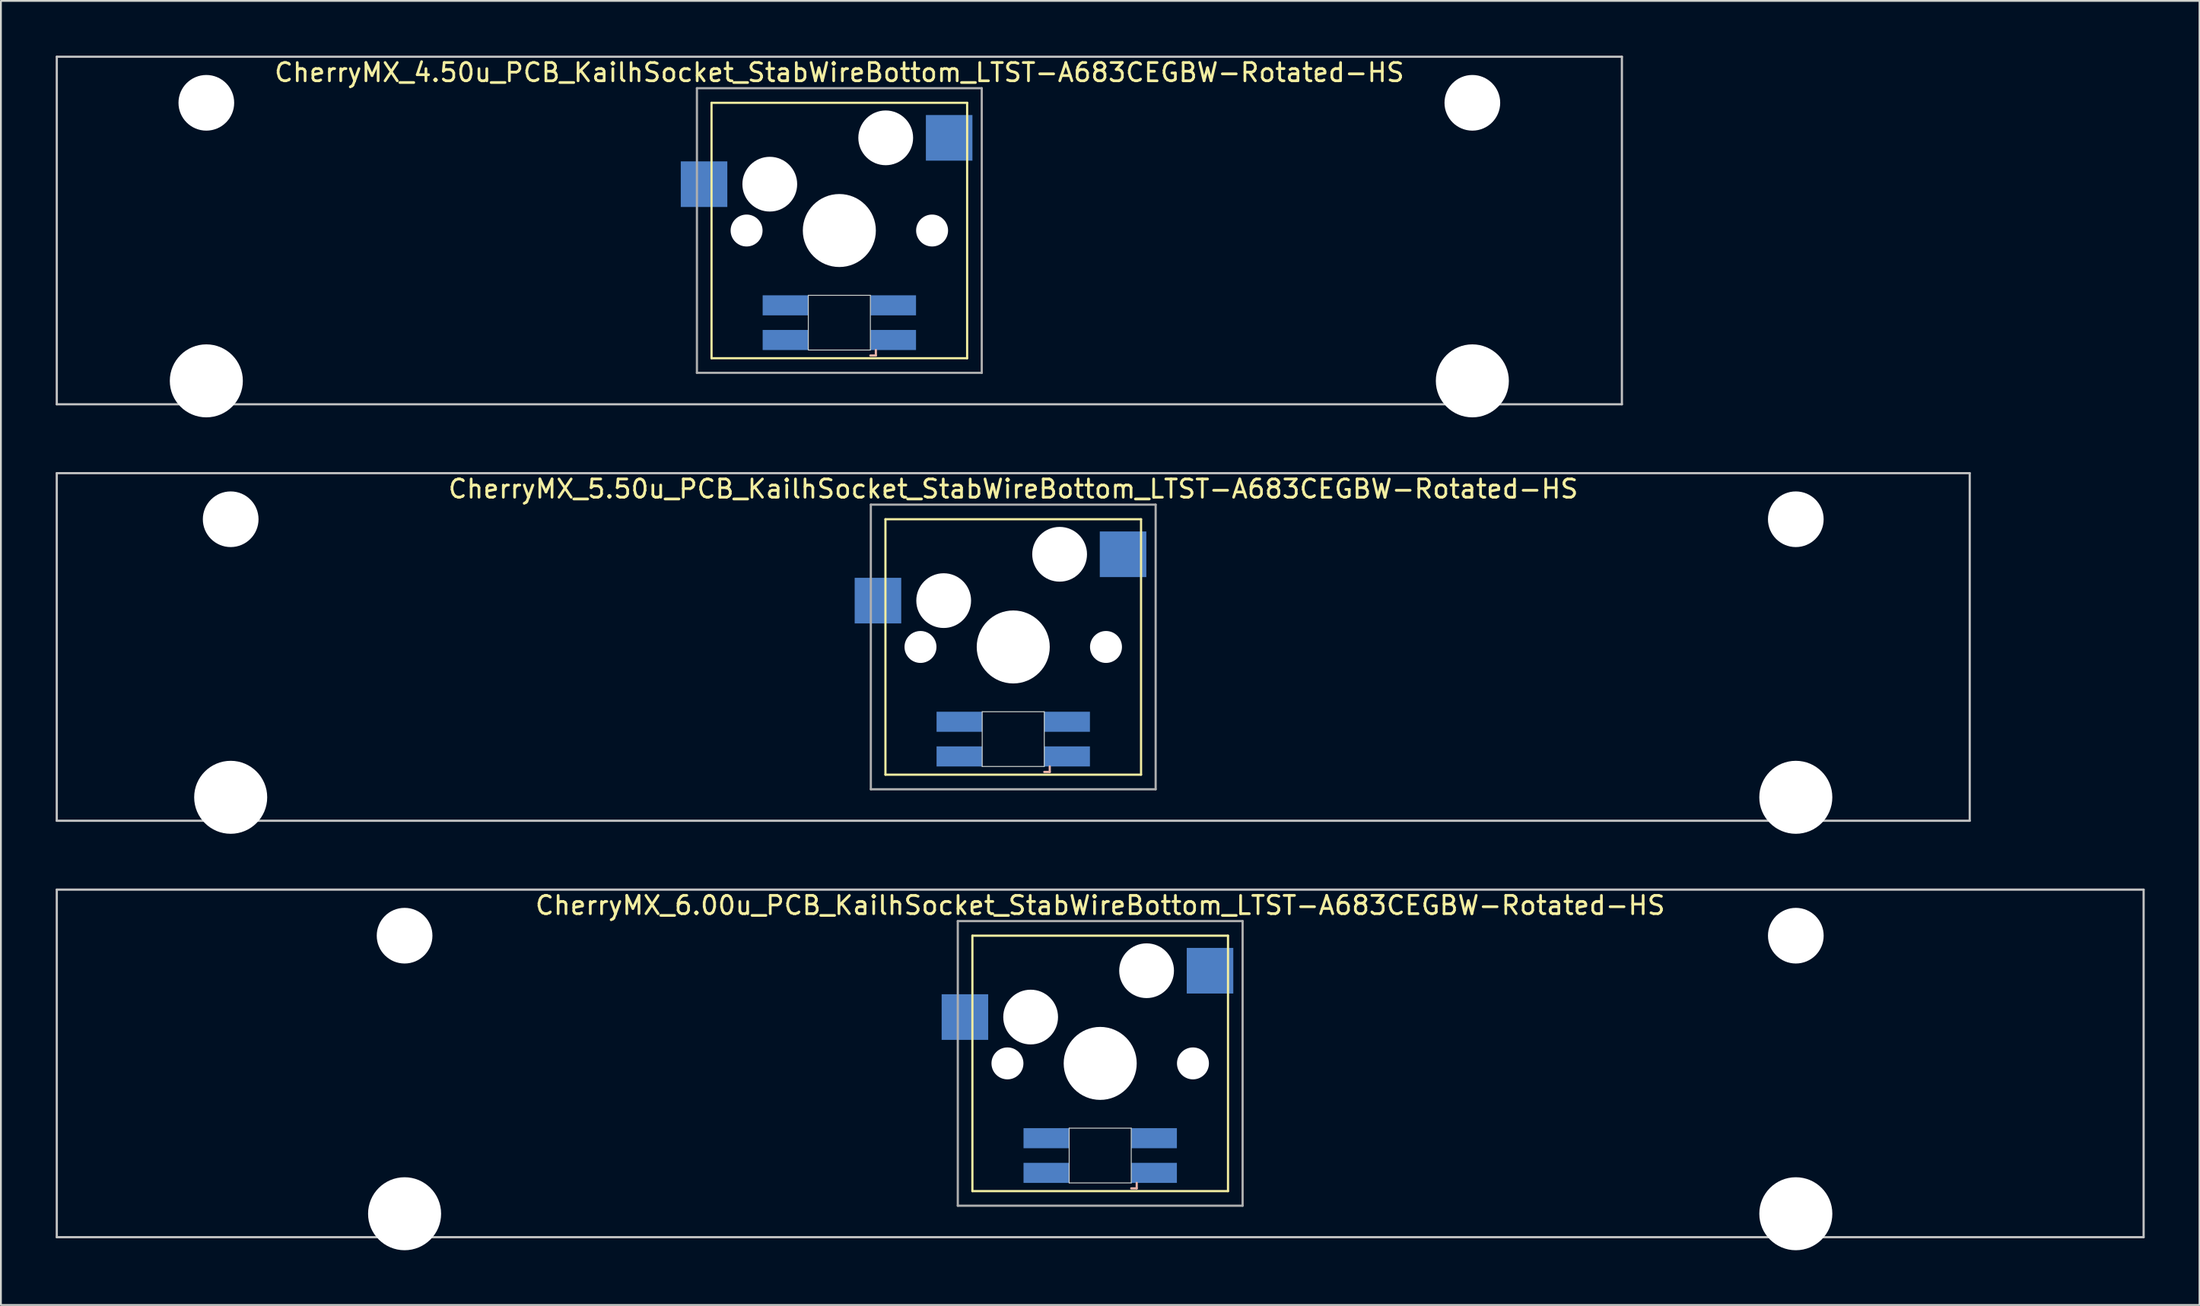
<source format=kicad_pcb>
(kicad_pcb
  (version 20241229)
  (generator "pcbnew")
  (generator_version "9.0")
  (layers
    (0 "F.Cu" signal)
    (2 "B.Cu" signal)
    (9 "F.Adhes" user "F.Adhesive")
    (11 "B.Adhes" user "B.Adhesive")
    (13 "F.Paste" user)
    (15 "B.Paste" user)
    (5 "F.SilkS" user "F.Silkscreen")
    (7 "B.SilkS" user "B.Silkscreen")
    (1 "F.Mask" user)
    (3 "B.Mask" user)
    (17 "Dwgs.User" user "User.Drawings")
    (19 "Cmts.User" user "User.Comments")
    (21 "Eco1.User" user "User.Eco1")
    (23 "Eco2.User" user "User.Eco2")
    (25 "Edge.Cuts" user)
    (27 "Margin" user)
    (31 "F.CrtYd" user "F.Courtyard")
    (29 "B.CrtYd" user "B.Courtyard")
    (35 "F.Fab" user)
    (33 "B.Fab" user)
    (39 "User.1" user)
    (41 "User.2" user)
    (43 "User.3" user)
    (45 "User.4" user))
  (footprint "CherryMX_5.50u_PCB_KailhSocket_StabWireBottom_LTST-A683CEGBW-Rotated-HS"
    (layer "F.Cu")
    (at 52.447 32.41)
    (property "Reference" "CherryMX_5.50u_PCB_KailhSocket_StabWireBottom_LTST-A683CEGBW-Rotated-HS" (at 0 -8.662 0) (layer "F.SilkS") (effects (font (size 1 1) (thickness 0.15))))
    (attr through_hole)
    (fp_line (start -7 -7) (end -7 7) (stroke (width 0.12) (type solid)) (layer "F.SilkS"))
    (fp_line (start -7 -7) (end 7 -7) (stroke (width 0.12) (type solid)) (layer "F.SilkS"))
    (fp_line (start 7 -7) (end 7 7) (stroke (width 0.12) (type solid)) (layer "F.SilkS"))
    (fp_line (start 7 7) (end -7 7) (stroke (width 0.12) (type solid)) (layer "F.SilkS"))
    (fp_line (start 1.7 6.85) (end 2 6.85) (stroke (width 0.12) (type solid)) (layer "B.SilkS"))
    (fp_line (start 2 6.85) (end 2 6.55) (stroke (width 0.12) (type solid)) (layer "B.SilkS"))
    (fp_line (start -52.388 -9.525) (end 52.388 -9.525) (stroke (width 0.12) (type solid)) (layer "Dwgs.User"))
    (fp_line (start -52.388 9.525) (end -52.388 -9.525) (stroke (width 0.12) (type solid)) (layer "Dwgs.User"))
    (fp_line (start 52.388 -9.525) (end 52.388 9.525) (stroke (width 0.12) (type solid)) (layer "Dwgs.User"))
    (fp_line (start 52.388 9.525) (end -52.388 9.525) (stroke (width 0.12) (type solid)) (layer "Dwgs.User"))
    (fp_line (start -1.7 3.55) (end 1.7 3.55) (stroke (width 0.05) (type solid)) (layer "Edge.Cuts"))
    (fp_line (start -1.7 6.55) (end -1.7 3.55) (stroke (width 0.05) (type solid)) (layer "Edge.Cuts"))
    (fp_line (start 1.7 3.55) (end 1.7 6.55) (stroke (width 0.05) (type solid)) (layer "Edge.Cuts"))
    (fp_line (start 1.7 6.55) (end -1.7 6.55) (stroke (width 0.05) (type solid)) (layer "Edge.Cuts"))
    (fp_line (start -7.8 -7.8) (end -7.8 7.8) (stroke (width 0.12) (type solid)) (layer "F.Fab"))
    (fp_line (start -7.8 -7.8) (end 7.8 -7.8) (stroke (width 0.12) (type solid)) (layer "F.Fab"))
    (fp_line (start -7.8 7.8) (end 7.8 7.8) (stroke (width 0.12) (type solid)) (layer "F.Fab"))
    (fp_line (start 7.8 -7.8) (end 7.8 7.8) (stroke (width 0.12) (type solid)) (layer "F.Fab"))
    (pad "" np_thru_hole circle (at -42.862 -7) (size 3.05 3.05) (drill 3.05) (layers "*.Cu" "*.Mask"))
    (pad "" np_thru_hole circle (at -42.862 8.24) (size 4 4) (drill 4) (layers "*.Cu" "*.Mask"))
    (pad "" np_thru_hole circle (at -5.08 0) (size 1.75 1.75) (drill 1.75) (layers "*.Cu" "*.Mask"))
    (pad "" np_thru_hole circle (at -3.81 -2.54) (size 3 3) (drill 3) (layers "*.Cu" "*.Mask"))
    (pad "" np_thru_hole circle (at 0 0) (size 4 4) (drill 4) (layers "*.Cu" "*.Mask"))
    (pad "" np_thru_hole circle (at 2.54 -5.08) (size 3 3) (drill 3) (layers "*.Cu" "*.Mask"))
    (pad "" np_thru_hole circle (at 5.08 0) (size 1.75 1.75) (drill 1.75) (layers "*.Cu" "*.Mask"))
    (pad "" np_thru_hole circle (at 42.862 -7) (size 3.05 3.05) (drill 3.05) (layers "*.Cu" "*.Mask"))
    (pad "" np_thru_hole circle (at 42.862 8.24) (size 4 4) (drill 4) (layers "*.Cu" "*.Mask"))
    (pad "1" smd rect (at -7.41 -2.54) (size 2.55 2.5) (layers "B.Cu" "B.Mask" "B.Paste"))
    (pad "2" smd rect (at 6.015 -5.08) (size 2.55 2.5) (layers "B.Cu" "B.Mask" "B.Paste"))
    (pad "3" smd rect (at 2.95 6) (size 2.5 1.1) (layers "B.Cu" "B.Mask" "B.Paste"))
    (pad "4" smd rect (at 2.95 4.1) (size 2.5 1.1) (layers "B.Cu" "B.Mask" "B.Paste"))
    (pad "5" smd rect (at -2.95 6) (size 2.5 1.1) (layers "B.Cu" "B.Mask" "B.Paste"))
    (pad "6" smd rect (at -2.95 4.1) (size 2.5 1.1) (layers "B.Cu" "B.Mask" "B.Paste")))
  (footprint "CherryMX_6.00u_PCB_KailhSocket_StabWireBottom_LTST-A683CEGBW-Rotated-HS"
    (layer "F.Cu")
    (at 57.21 55.235)
    (property "Reference" "CherryMX_6.00u_PCB_KailhSocket_StabWireBottom_LTST-A683CEGBW-Rotated-HS" (at 0 -8.662 0) (layer "F.SilkS") (effects (font (size 1 1) (thickness 0.15))))
    (attr through_hole)
    (fp_line (start -7 -7) (end -7 7) (stroke (width 0.12) (type solid)) (layer "F.SilkS"))
    (fp_line (start -7 -7) (end 7 -7) (stroke (width 0.12) (type solid)) (layer "F.SilkS"))
    (fp_line (start 7 -7) (end 7 7) (stroke (width 0.12) (type solid)) (layer "F.SilkS"))
    (fp_line (start 7 7) (end -7 7) (stroke (width 0.12) (type solid)) (layer "F.SilkS"))
    (fp_line (start 1.7 6.85) (end 2 6.85) (stroke (width 0.12) (type solid)) (layer "B.SilkS"))
    (fp_line (start 2 6.85) (end 2 6.55) (stroke (width 0.12) (type solid)) (layer "B.SilkS"))
    (fp_line (start -57.15 -9.525) (end 57.15 -9.525) (stroke (width 0.12) (type solid)) (layer "Dwgs.User"))
    (fp_line (start -57.15 9.525) (end -57.15 -9.525) (stroke (width 0.12) (type solid)) (layer "Dwgs.User"))
    (fp_line (start 57.15 -9.525) (end 57.15 9.525) (stroke (width 0.12) (type solid)) (layer "Dwgs.User"))
    (fp_line (start 57.15 9.525) (end -57.15 9.525) (stroke (width 0.12) (type solid)) (layer "Dwgs.User"))
    (fp_line (start -1.7 3.55) (end 1.7 3.55) (stroke (width 0.05) (type solid)) (layer "Edge.Cuts"))
    (fp_line (start -1.7 6.55) (end -1.7 3.55) (stroke (width 0.05) (type solid)) (layer "Edge.Cuts"))
    (fp_line (start 1.7 3.55) (end 1.7 6.55) (stroke (width 0.05) (type solid)) (layer "Edge.Cuts"))
    (fp_line (start 1.7 6.55) (end -1.7 6.55) (stroke (width 0.05) (type solid)) (layer "Edge.Cuts"))
    (fp_line (start -7.8 -7.8) (end -7.8 7.8) (stroke (width 0.12) (type solid)) (layer "F.Fab"))
    (fp_line (start -7.8 -7.8) (end 7.8 -7.8) (stroke (width 0.12) (type solid)) (layer "F.Fab"))
    (fp_line (start -7.8 7.8) (end 7.8 7.8) (stroke (width 0.12) (type solid)) (layer "F.Fab"))
    (fp_line (start 7.8 -7.8) (end 7.8 7.8) (stroke (width 0.12) (type solid)) (layer "F.Fab"))
    (pad "" np_thru_hole circle (at -38.1 -7) (size 3.05 3.05) (drill 3.05) (layers "*.Cu" "*.Mask"))
    (pad "" np_thru_hole circle (at -38.1 8.24) (size 4 4) (drill 4) (layers "*.Cu" "*.Mask"))
    (pad "" np_thru_hole circle (at -5.08 0) (size 1.75 1.75) (drill 1.75) (layers "*.Cu" "*.Mask"))
    (pad "" np_thru_hole circle (at -3.81 -2.54) (size 3 3) (drill 3) (layers "*.Cu" "*.Mask"))
    (pad "" np_thru_hole circle (at 0 0) (size 4 4) (drill 4) (layers "*.Cu" "*.Mask"))
    (pad "" np_thru_hole circle (at 2.54 -5.08) (size 3 3) (drill 3) (layers "*.Cu" "*.Mask"))
    (pad "" np_thru_hole circle (at 5.08 0) (size 1.75 1.75) (drill 1.75) (layers "*.Cu" "*.Mask"))
    (pad "" np_thru_hole circle (at 38.1 -7) (size 3.05 3.05) (drill 3.05) (layers "*.Cu" "*.Mask"))
    (pad "" np_thru_hole circle (at 38.1 8.24) (size 4 4) (drill 4) (layers "*.Cu" "*.Mask"))
    (pad "1" smd rect (at -7.41 -2.54) (size 2.55 2.5) (layers "B.Cu" "B.Mask" "B.Paste"))
    (pad "2" smd rect (at 6.015 -5.08) (size 2.55 2.5) (layers "B.Cu" "B.Mask" "B.Paste"))
    (pad "3" smd rect (at 2.95 6) (size 2.5 1.1) (layers "B.Cu" "B.Mask" "B.Paste"))
    (pad "4" smd rect (at 2.95 4.1) (size 2.5 1.1) (layers "B.Cu" "B.Mask" "B.Paste"))
    (pad "5" smd rect (at -2.95 6) (size 2.5 1.1) (layers "B.Cu" "B.Mask" "B.Paste"))
    (pad "6" smd rect (at -2.95 4.1) (size 2.5 1.1) (layers "B.Cu" "B.Mask" "B.Paste")))
  (footprint "CherryMX_4.50u_PCB_KailhSocket_StabWireBottom_LTST-A683CEGBW-Rotated-HS"
    (layer "F.Cu")
    (at 42.922 9.585)
    (property "Reference" "CherryMX_4.50u_PCB_KailhSocket_StabWireBottom_LTST-A683CEGBW-Rotated-HS" (at 0 -8.662 0) (layer "F.SilkS") (effects (font (size 1 1) (thickness 0.15))))
    (attr through_hole)
    (fp_line (start -7 -7) (end -7 7) (stroke (width 0.12) (type solid)) (layer "F.SilkS"))
    (fp_line (start -7 -7) (end 7 -7) (stroke (width 0.12) (type solid)) (layer "F.SilkS"))
    (fp_line (start 7 -7) (end 7 7) (stroke (width 0.12) (type solid)) (layer "F.SilkS"))
    (fp_line (start 7 7) (end -7 7) (stroke (width 0.12) (type solid)) (layer "F.SilkS"))
    (fp_line (start 1.7 6.85) (end 2 6.85) (stroke (width 0.12) (type solid)) (layer "B.SilkS"))
    (fp_line (start 2 6.85) (end 2 6.55) (stroke (width 0.12) (type solid)) (layer "B.SilkS"))
    (fp_line (start -42.862 -9.525) (end 42.862 -9.525) (stroke (width 0.12) (type solid)) (layer "Dwgs.User"))
    (fp_line (start -42.862 9.525) (end -42.862 -9.525) (stroke (width 0.12) (type solid)) (layer "Dwgs.User"))
    (fp_line (start 42.862 -9.525) (end 42.862 9.525) (stroke (width 0.12) (type solid)) (layer "Dwgs.User"))
    (fp_line (start 42.862 9.525) (end -42.862 9.525) (stroke (width 0.12) (type solid)) (layer "Dwgs.User"))
    (fp_line (start -1.7 3.55) (end 1.7 3.55) (stroke (width 0.05) (type solid)) (layer "Edge.Cuts"))
    (fp_line (start -1.7 6.55) (end -1.7 3.55) (stroke (width 0.05) (type solid)) (layer "Edge.Cuts"))
    (fp_line (start 1.7 3.55) (end 1.7 6.55) (stroke (width 0.05) (type solid)) (layer "Edge.Cuts"))
    (fp_line (start 1.7 6.55) (end -1.7 6.55) (stroke (width 0.05) (type solid)) (layer "Edge.Cuts"))
    (fp_line (start -7.8 -7.8) (end -7.8 7.8) (stroke (width 0.12) (type solid)) (layer "F.Fab"))
    (fp_line (start -7.8 -7.8) (end 7.8 -7.8) (stroke (width 0.12) (type solid)) (layer "F.Fab"))
    (fp_line (start -7.8 7.8) (end 7.8 7.8) (stroke (width 0.12) (type solid)) (layer "F.Fab"))
    (fp_line (start 7.8 -7.8) (end 7.8 7.8) (stroke (width 0.12) (type solid)) (layer "F.Fab"))
    (pad "" np_thru_hole circle (at -34.671 -7) (size 3.05 3.05) (drill 3.05) (layers "*.Cu" "*.Mask"))
    (pad "" np_thru_hole circle (at -34.671 8.24) (size 4 4) (drill 4) (layers "*.Cu" "*.Mask"))
    (pad "" np_thru_hole circle (at -5.08 0) (size 1.75 1.75) (drill 1.75) (layers "*.Cu" "*.Mask"))
    (pad "" np_thru_hole circle (at -3.81 -2.54) (size 3 3) (drill 3) (layers "*.Cu" "*.Mask"))
    (pad "" np_thru_hole circle (at 0 0) (size 4 4) (drill 4) (layers "*.Cu" "*.Mask"))
    (pad "" np_thru_hole circle (at 2.54 -5.08) (size 3 3) (drill 3) (layers "*.Cu" "*.Mask"))
    (pad "" np_thru_hole circle (at 5.08 0) (size 1.75 1.75) (drill 1.75) (layers "*.Cu" "*.Mask"))
    (pad "" np_thru_hole circle (at 34.671 -7) (size 3.05 3.05) (drill 3.05) (layers "*.Cu" "*.Mask"))
    (pad "" np_thru_hole circle (at 34.671 8.24) (size 4 4) (drill 4) (layers "*.Cu" "*.Mask"))
    (pad "1" smd rect (at -7.41 -2.54) (size 2.55 2.5) (layers "B.Cu" "B.Mask" "B.Paste"))
    (pad "2" smd rect (at 6.015 -5.08) (size 2.55 2.5) (layers "B.Cu" "B.Mask" "B.Paste"))
    (pad "3" smd rect (at 2.95 6) (size 2.5 1.1) (layers "B.Cu" "B.Mask" "B.Paste"))
    (pad "4" smd rect (at 2.95 4.1) (size 2.5 1.1) (layers "B.Cu" "B.Mask" "B.Paste"))
    (pad "5" smd rect (at -2.95 6) (size 2.5 1.1) (layers "B.Cu" "B.Mask" "B.Paste"))
    (pad "6" smd rect (at -2.95 4.1) (size 2.5 1.1) (layers "B.Cu" "B.Mask" "B.Paste")))
  (gr_rect
    (start -3 -3)
    (end 117.42 68.475)
    (stroke (width 0.1) (type default))
    (fill no)
    (layer "Edge.Cuts")))
</source>
